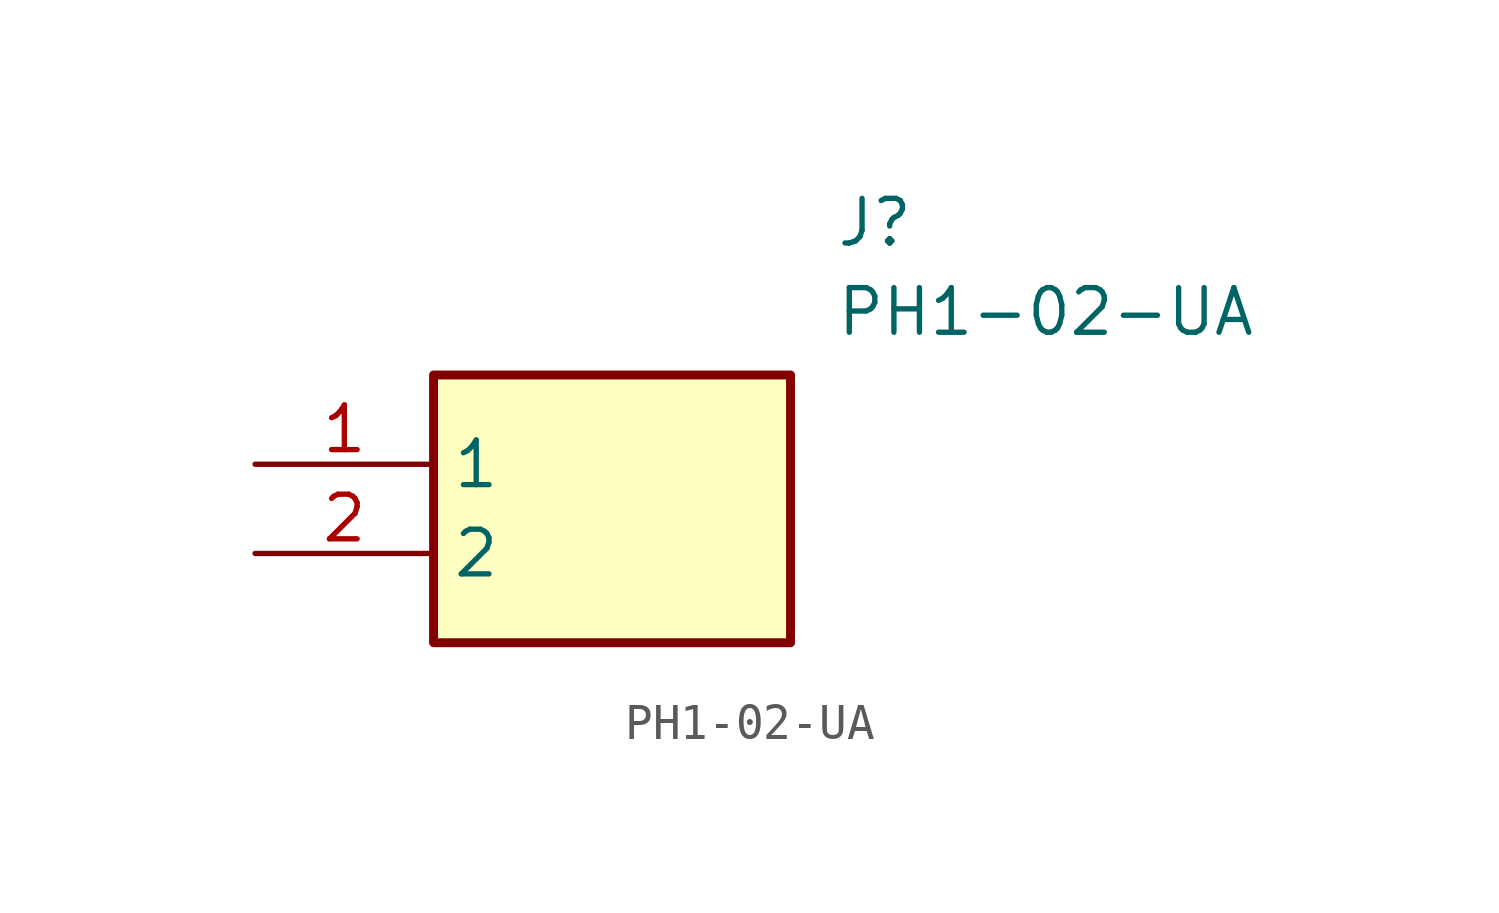
<source format=kicad_sym>
(kicad_symbol_lib
  (version 20211014)
  (generator SamacSys_ECAD_Model)
  (symbol "PH1-02-UA"
    (property "Reference" "J"
      (at 16.51 7.62 0)
      (effects (font (size 1.27 1.27)) (justify left top)))
    (property "Value" "PH1-02-UA"
      (at 16.51 5.08 0)
      (effects (font (size 1.27 1.27)) (justify left top)))
    (rectangle
      (start 5.08 2.54)
      (end 15.24 -5.08)
      (stroke (width 0.254) (type default))
      (fill (type background)))
    (pin passive line
      (at 0 0 0)
      (length 5.08)
      (name "1" (effects (font (size 1.27 1.27))))
      (number "1" (effects (font (size 1.27 1.27)))))
    (pin passive line
      (at 0 -2.54 0)
      (length 5.08)
      (name "2" (effects (font (size 1.27 1.27))))
      (number "2" (effects (font (size 1.27 1.27)))))))
</source>
